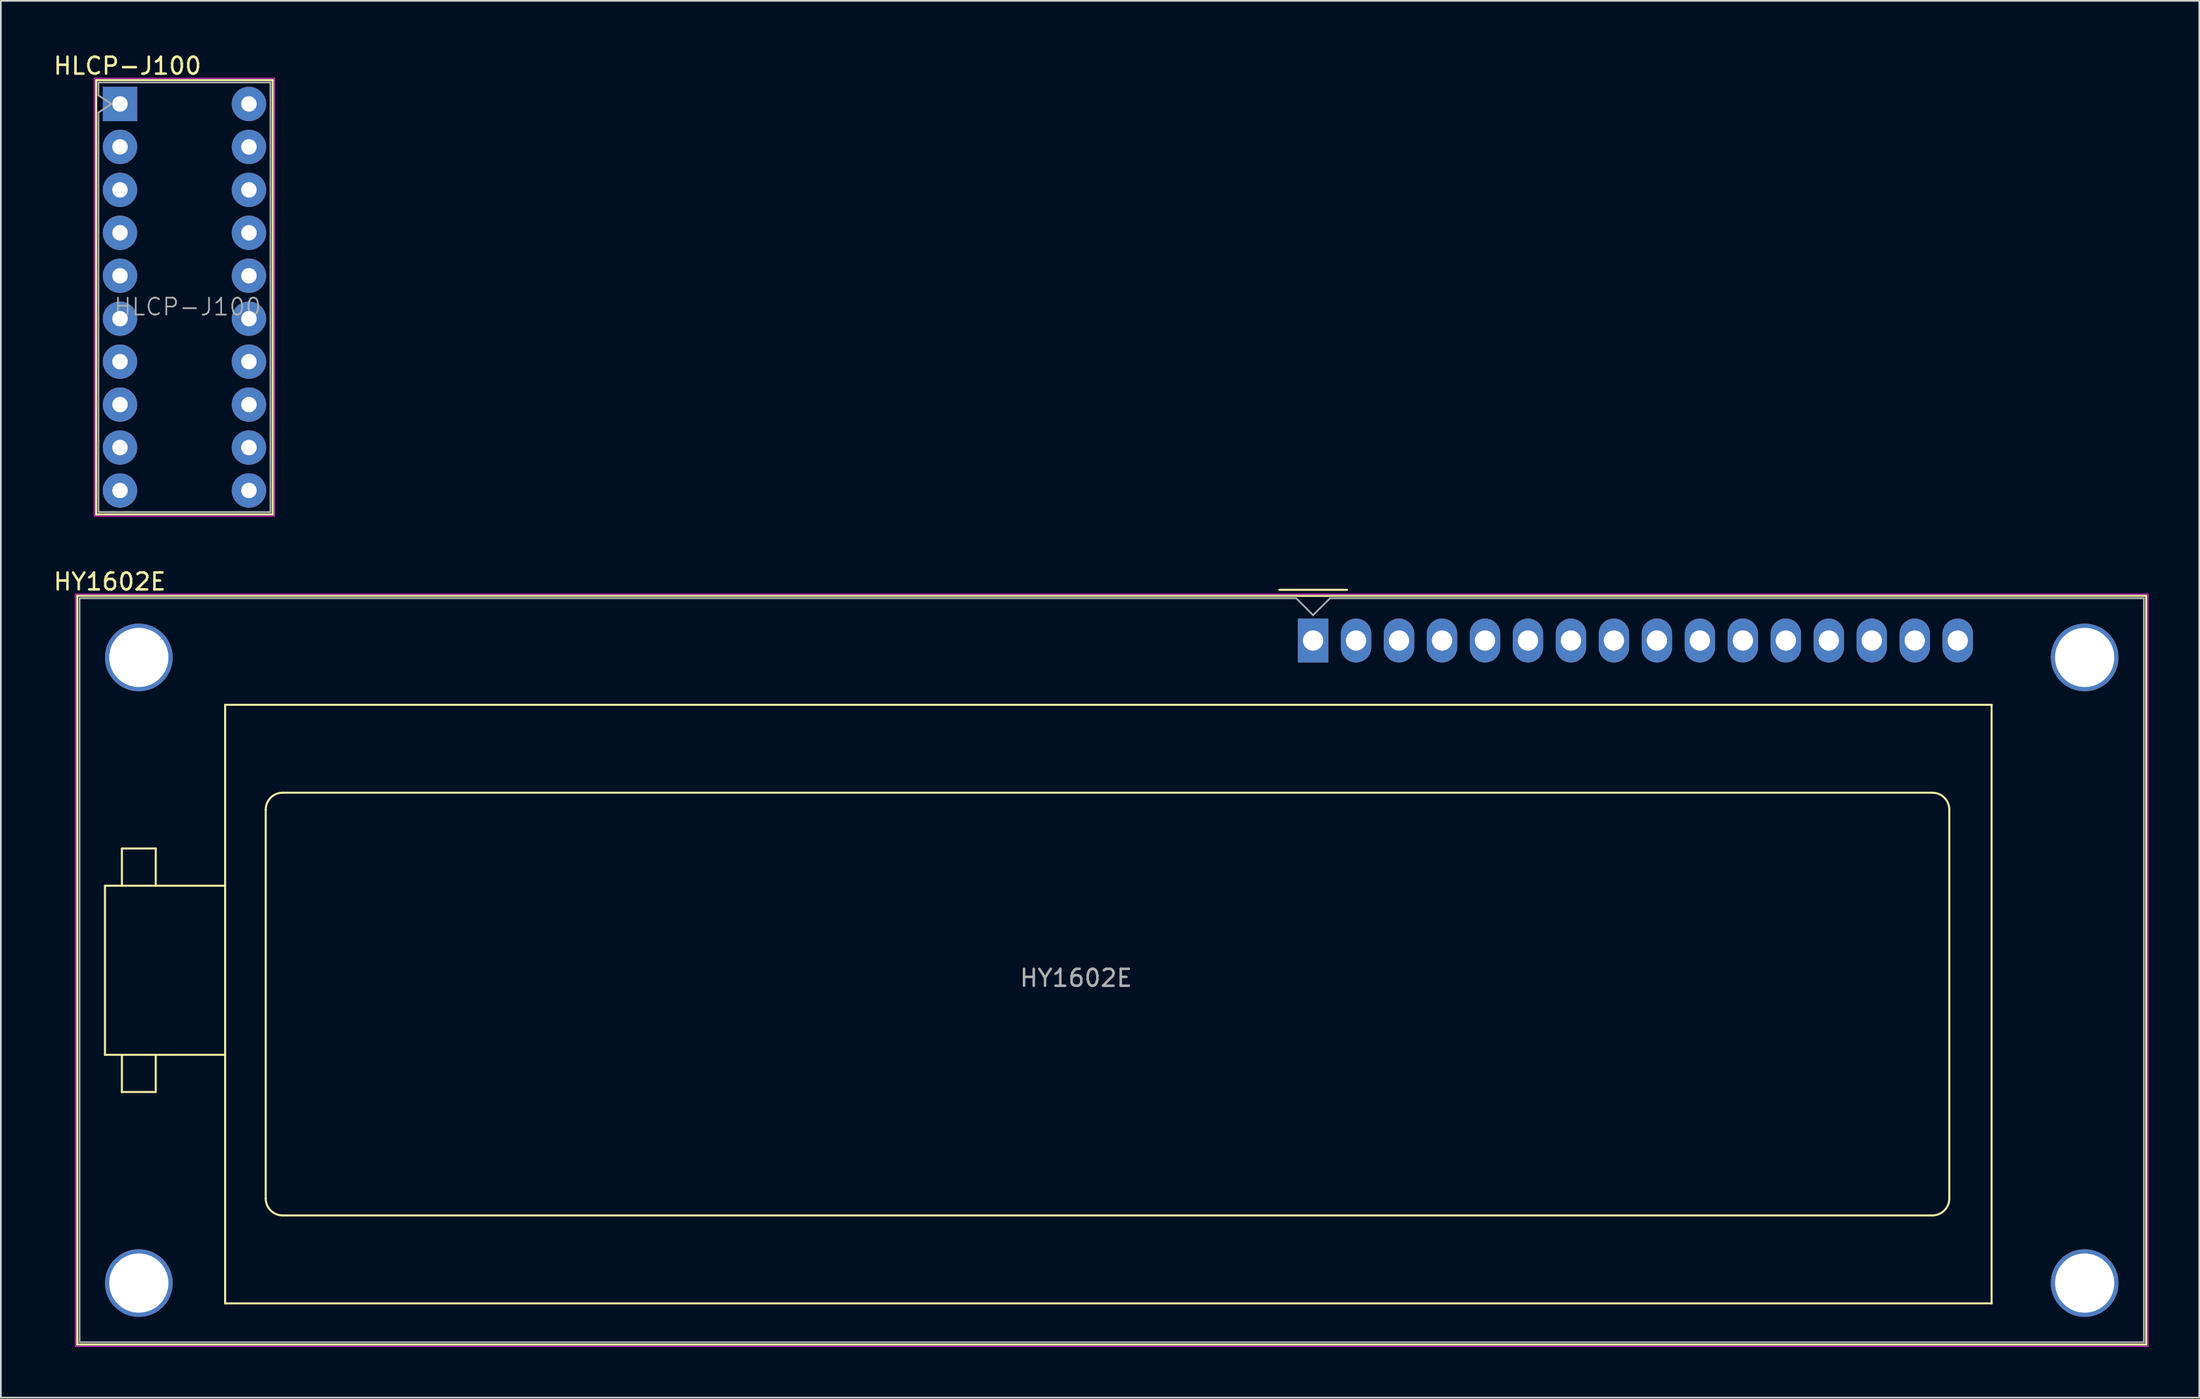
<source format=kicad_pcb>
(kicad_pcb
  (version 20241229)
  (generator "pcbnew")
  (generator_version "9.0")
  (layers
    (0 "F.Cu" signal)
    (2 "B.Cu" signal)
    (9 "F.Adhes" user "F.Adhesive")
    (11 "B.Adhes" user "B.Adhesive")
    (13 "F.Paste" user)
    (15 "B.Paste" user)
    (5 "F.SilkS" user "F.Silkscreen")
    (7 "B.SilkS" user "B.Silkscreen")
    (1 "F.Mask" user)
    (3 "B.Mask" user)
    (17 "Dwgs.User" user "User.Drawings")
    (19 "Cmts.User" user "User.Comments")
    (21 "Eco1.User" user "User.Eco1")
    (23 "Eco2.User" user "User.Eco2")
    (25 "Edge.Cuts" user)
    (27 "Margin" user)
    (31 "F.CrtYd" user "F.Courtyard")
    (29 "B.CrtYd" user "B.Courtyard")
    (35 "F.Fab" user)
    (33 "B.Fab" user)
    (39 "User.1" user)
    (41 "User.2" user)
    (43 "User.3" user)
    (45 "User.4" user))
  (footprint "HLCP-J100"
    (layer "F.Cu")
    (at 4.042 3.098)
    (property "Reference" "HLCP-J100" (at 0.44 -2.25 0) (layer "F.SilkS") (effects (font (size 1 1) (thickness 0.15))))
    (attr through_hole)
    (fp_line (start -1.41 -1.41) (end 9.03 -1.41) (stroke (width 0.12) (type solid)) (layer "F.SilkS"))
    (fp_line (start -1.41 24.27) (end -1.41 -1.41) (stroke (width 0.12) (type solid)) (layer "F.SilkS"))
    (fp_line (start 9.03 -1.41) (end 9.03 24.27) (stroke (width 0.12) (type solid)) (layer "F.SilkS"))
    (fp_line (start 9.03 24.27) (end -1.41 24.27) (stroke (width 0.12) (type solid)) (layer "F.SilkS"))
    (fp_line (start -1.52 -1.52) (end -1.52 24.38) (stroke (width 0.05) (type solid)) (layer "F.CrtYd"))
    (fp_line (start -1.52 -1.52) (end 9.14 -1.52) (stroke (width 0.05) (type solid)) (layer "F.CrtYd"))
    (fp_line (start -1.52 24.38) (end 9.14 24.38) (stroke (width 0.05) (type solid)) (layer "F.CrtYd"))
    (fp_line (start 9.14 24.38) (end 9.14 -1.52) (stroke (width 0.05) (type solid)) (layer "F.CrtYd"))
    (fp_line (start -1.27 -1.27) (end -1.27 -0.5) (stroke (width 0.1) (type solid)) (layer "F.Fab"))
    (fp_line (start -1.27 -1.27) (end 8.89 -1.27) (stroke (width 0.1) (type solid)) (layer "F.Fab"))
    (fp_line (start -1.27 -0.5) (end -0.5 0) (stroke (width 0.1) (type solid)) (layer "F.Fab"))
    (fp_line (start -1.27 0.5) (end -1.27 24.13) (stroke (width 0.1) (type solid)) (layer "F.Fab"))
    (fp_line (start -1.27 24.13) (end 8.89 24.13) (stroke (width 0.1) (type solid)) (layer "F.Fab"))
    (fp_line (start -0.5 0) (end -1.27 0.5) (stroke (width 0.1) (type solid)) (layer "F.Fab"))
    (fp_line (start 8.89 -1.27) (end 8.89 24.13) (stroke (width 0.1) (type solid)) (layer "F.Fab"))
    (fp_text user "${REFERENCE}" (at 4 12 0) (layer "F.Fab") (effects (font (size 1 1) (thickness 0.1))))
    (pad "1" thru_hole rect (at 0 0 270) (size 2.032 2.032) (drill 0.914) (layers "*.Cu" "*.Mask"))
    (pad "2" thru_hole circle (at 0 2.54 270) (size 2.032 2.032) (drill 0.914) (layers "*.Cu" "*.Mask"))
    (pad "3" thru_hole circle (at 0 5.08 270) (size 2.032 2.032) (drill 0.914) (layers "*.Cu" "*.Mask"))
    (pad "4" thru_hole circle (at 0 7.62 270) (size 2.032 2.032) (drill 0.914) (layers "*.Cu" "*.Mask"))
    (pad "5" thru_hole circle (at 0 10.16 270) (size 2.032 2.032) (drill 0.914) (layers "*.Cu" "*.Mask"))
    (pad "6" thru_hole circle (at 0 12.7 270) (size 2.032 2.032) (drill 0.914) (layers "*.Cu" "*.Mask"))
    (pad "7" thru_hole circle (at 0 15.24 270) (size 2.032 2.032) (drill 0.914) (layers "*.Cu" "*.Mask"))
    (pad "8" thru_hole circle (at 0 17.78 270) (size 2.032 2.032) (drill 0.914) (layers "*.Cu" "*.Mask"))
    (pad "9" thru_hole circle (at 0 20.32 270) (size 2.032 2.032) (drill 0.914) (layers "*.Cu" "*.Mask"))
    (pad "10" thru_hole circle (at 0 22.86 270) (size 2.032 2.032) (drill 0.914) (layers "*.Cu" "*.Mask"))
    (pad "11" thru_hole circle (at 7.62 22.86 270) (size 2.032 2.032) (drill 0.914) (layers "*.Cu" "*.Mask"))
    (pad "12" thru_hole circle (at 7.62 20.32 270) (size 2.032 2.032) (drill 0.914) (layers "*.Cu" "*.Mask"))
    (pad "13" thru_hole circle (at 7.62 17.78 270) (size 2.032 2.032) (drill 0.914) (layers "*.Cu" "*.Mask"))
    (pad "14" thru_hole circle (at 7.62 15.24 270) (size 2.032 2.032) (drill 0.914) (layers "*.Cu" "*.Mask"))
    (pad "15" thru_hole circle (at 7.62 12.7 270) (size 2.032 2.032) (drill 0.914) (layers "*.Cu" "*.Mask"))
    (pad "16" thru_hole circle (at 7.62 10.16 270) (size 2.032 2.032) (drill 0.914) (layers "*.Cu" "*.Mask"))
    (pad "17" thru_hole circle (at 7.62 7.62 270) (size 2.032 2.032) (drill 0.914) (layers "*.Cu" "*.Mask"))
    (pad "18" thru_hole circle (at 7.62 5.08 270) (size 2.032 2.032) (drill 0.914) (layers "*.Cu" "*.Mask"))
    (pad "19" thru_hole circle (at 7.62 2.54 270) (size 2.032 2.032) (drill 0.914) (layers "*.Cu" "*.Mask"))
    (pad "20" thru_hole circle (at 7.62 0 270) (size 2.032 2.032) (drill 0.914) (layers "*.Cu" "*.Mask")))
  (footprint "HY1602E"
    (layer "F.Cu")
    (at 74.555 34.831)
    (property "Reference" "HY1602E" (at -71.12 -3.48 0) (layer "F.SilkS") (effects (font (size 1 1) (thickness 0.15))))
    (attr through_hole)
    (fp_line (start -73.04 -2.64) (end -73.04 41.64) (stroke (width 0.12) (type solid)) (layer "F.SilkS"))
    (fp_line (start -73.04 -2.64) (end 49.24 -2.64) (stroke (width 0.12) (type solid)) (layer "F.SilkS"))
    (fp_line (start -71.4 14.5) (end -64.3 14.5) (stroke (width 0.12) (type solid)) (layer "F.SilkS"))
    (fp_line (start -71.4 24.5) (end -71.4 14.5) (stroke (width 0.12) (type solid)) (layer "F.SilkS"))
    (fp_line (start -70.4 12.3) (end -70.4 14.5) (stroke (width 0.12) (type solid)) (layer "F.SilkS"))
    (fp_line (start -70.4 26.7) (end -70.4 24.5) (stroke (width 0.12) (type solid)) (layer "F.SilkS"))
    (fp_line (start -68.4 12.3) (end -70.4 12.3) (stroke (width 0.12) (type solid)) (layer "F.SilkS"))
    (fp_line (start -68.4 14.5) (end -68.4 12.3) (stroke (width 0.12) (type solid)) (layer "F.SilkS"))
    (fp_line (start -68.4 24.5) (end -68.4 26.7) (stroke (width 0.12) (type solid)) (layer "F.SilkS"))
    (fp_line (start -68.4 26.7) (end -70.4 26.7) (stroke (width 0.12) (type solid)) (layer "F.SilkS"))
    (fp_line (start -64.3 3.8) (end 40.1 3.8) (stroke (width 0.12) (type solid)) (layer "F.SilkS"))
    (fp_line (start -64.3 24.5) (end -71.4 24.5) (stroke (width 0.12) (type solid)) (layer "F.SilkS"))
    (fp_line (start -64.3 39.2) (end -64.3 3.8) (stroke (width 0.12) (type solid)) (layer "F.SilkS"))
    (fp_line (start -61.9 33) (end -61.9 10) (stroke (width 0.12) (type solid)) (layer "F.SilkS"))
    (fp_line (start -60.9 9) (end 36.6 9) (stroke (width 0.12) (type solid)) (layer "F.SilkS"))
    (fp_line (start -2 -3) (end 2 -3) (stroke (width 0.12) (type solid)) (layer "F.SilkS"))
    (fp_line (start 36.6 34) (end -60.9 34) (stroke (width 0.12) (type solid)) (layer "F.SilkS"))
    (fp_line (start 37.6 10) (end 37.6 33) (stroke (width 0.12) (type solid)) (layer "F.SilkS"))
    (fp_line (start 40.1 3.8) (end 40.1 39.2) (stroke (width 0.12) (type solid)) (layer "F.SilkS"))
    (fp_line (start 40.1 39.2) (end -64.3 39.2) (stroke (width 0.12) (type solid)) (layer "F.SilkS"))
    (fp_line (start 49.24 -2.64) (end 49.24 41.64) (stroke (width 0.12) (type solid)) (layer "F.SilkS"))
    (fp_line (start 49.24 41.64) (end -73.04 41.64) (stroke (width 0.12) (type solid)) (layer "F.SilkS"))
    (fp_arc (start -61.9 10) (mid -61.607107 9.292893) (end -60.9 9) (stroke (width 0.12) (type solid)) (layer "F.SilkS"))
    (fp_arc (start -60.9 34) (mid -61.607107 33.707107) (end -61.9 33) (stroke (width 0.12) (type solid)) (layer "F.SilkS"))
    (fp_arc (start 36.6 9) (mid 37.307107 9.292893) (end 37.6 10) (stroke (width 0.12) (type solid)) (layer "F.SilkS"))
    (fp_arc (start 37.6 33) (mid 37.307107 33.707107) (end 36.6 34) (stroke (width 0.12) (type solid)) (layer "F.SilkS"))
    (fp_line (start -73.15 -2.75) (end -73.15 41.75) (stroke (width 0.05) (type solid)) (layer "F.CrtYd"))
    (fp_line (start -73.15 -2.75) (end 49.35 -2.75) (stroke (width 0.05) (type solid)) (layer "F.CrtYd"))
    (fp_line (start -73.15 41.75) (end 49.35 41.75) (stroke (width 0.05) (type solid)) (layer "F.CrtYd"))
    (fp_line (start 49.35 -2.75) (end 49.35 41.75) (stroke (width 0.05) (type solid)) (layer "F.CrtYd"))
    (fp_line (start -72.9 -2.5) (end -72.9 41.5) (stroke (width 0.1) (type solid)) (layer "F.Fab"))
    (fp_line (start -72.9 41.5) (end 49.1 41.5) (stroke (width 0.1) (type solid)) (layer "F.Fab"))
    (fp_line (start -1 -2.5) (end -72.9 -2.5) (stroke (width 0.1) (type solid)) (layer "F.Fab"))
    (fp_line (start 0 -1.5) (end -1 -2.5) (stroke (width 0.1) (type solid)) (layer "F.Fab"))
    (fp_line (start 1 -2.5) (end 0 -1.5) (stroke (width 0.1) (type solid)) (layer "F.Fab"))
    (fp_line (start 49.1 -2.5) (end 1 -2.5) (stroke (width 0.1) (type solid)) (layer "F.Fab"))
    (fp_line (start 49.1 41.5) (end 49.1 -2.5) (stroke (width 0.1) (type solid)) (layer "F.Fab"))
    (fp_text user "${REFERENCE}" (at -14.01 19.96 0) (layer "F.Fab") (effects (font (size 1 1) (thickness 0.15))))
    (pad "0" thru_hole circle (at -69.4 1.001 180) (size 4 4) (drill 3.5) (layers "*.Cu" "*.Mask"))
    (pad "0" thru_hole circle (at -69.4 38.001 180) (size 4 4) (drill 3.5) (layers "*.Cu" "*.Mask"))
    (pad "0" thru_hole circle (at 45.601 1.001 180) (size 4 4) (drill 3.5) (layers "*.Cu" "*.Mask"))
    (pad "0" thru_hole circle (at 45.601 38.001 180) (size 4 4) (drill 3.5) (layers "*.Cu" "*.Mask"))
    (pad "1" thru_hole rect (at 0 0 180) (size 1.8 2.6) (drill 1.2) (layers "*.Cu" "*.Mask"))
    (pad "2" thru_hole oval (at 2.54 0 180) (size 1.8 2.6) (drill 1.2) (layers "*.Cu" "*.Mask"))
    (pad "3" thru_hole oval (at 5.08 0 180) (size 1.8 2.6) (drill 1.2) (layers "*.Cu" "*.Mask"))
    (pad "4" thru_hole oval (at 7.62 0 180) (size 1.8 2.6) (drill 1.2) (layers "*.Cu" "*.Mask"))
    (pad "5" thru_hole oval (at 10.16 0 180) (size 1.8 2.6) (drill 1.2) (layers "*.Cu" "*.Mask"))
    (pad "6" thru_hole oval (at 12.7 0 180) (size 1.8 2.6) (drill 1.2) (layers "*.Cu" "*.Mask"))
    (pad "7" thru_hole oval (at 15.24 0 180) (size 1.8 2.6) (drill 1.2) (layers "*.Cu" "*.Mask"))
    (pad "8" thru_hole oval (at 17.78 0 180) (size 1.8 2.6) (drill 1.2) (layers "*.Cu" "*.Mask"))
    (pad "9" thru_hole oval (at 20.32 0 180) (size 1.8 2.6) (drill 1.2) (layers "*.Cu" "*.Mask"))
    (pad "10" thru_hole oval (at 22.86 0 180) (size 1.8 2.6) (drill 1.2) (layers "*.Cu" "*.Mask"))
    (pad "11" thru_hole oval (at 25.4 0 180) (size 1.8 2.6) (drill 1.2) (layers "*.Cu" "*.Mask"))
    (pad "12" thru_hole oval (at 27.94 0 180) (size 1.8 2.6) (drill 1.2) (layers "*.Cu" "*.Mask"))
    (pad "13" thru_hole oval (at 30.48 0 180) (size 1.8 2.6) (drill 1.2) (layers "*.Cu" "*.Mask"))
    (pad "14" thru_hole oval (at 33.02 0 180) (size 1.8 2.6) (drill 1.2) (layers "*.Cu" "*.Mask"))
    (pad "15" thru_hole oval (at 35.56 0 180) (size 1.8 2.6) (drill 1.2) (layers "*.Cu" "*.Mask"))
    (pad "16" thru_hole oval (at 38.1 0 180) (size 1.8 2.6) (drill 1.2) (layers "*.Cu" "*.Mask")))
  (gr_rect
    (start -3 -3)
    (end 126.93 79.606)
    (stroke (width 0.1) (type default))
    (fill no)
    (layer "Edge.Cuts")))
</source>
